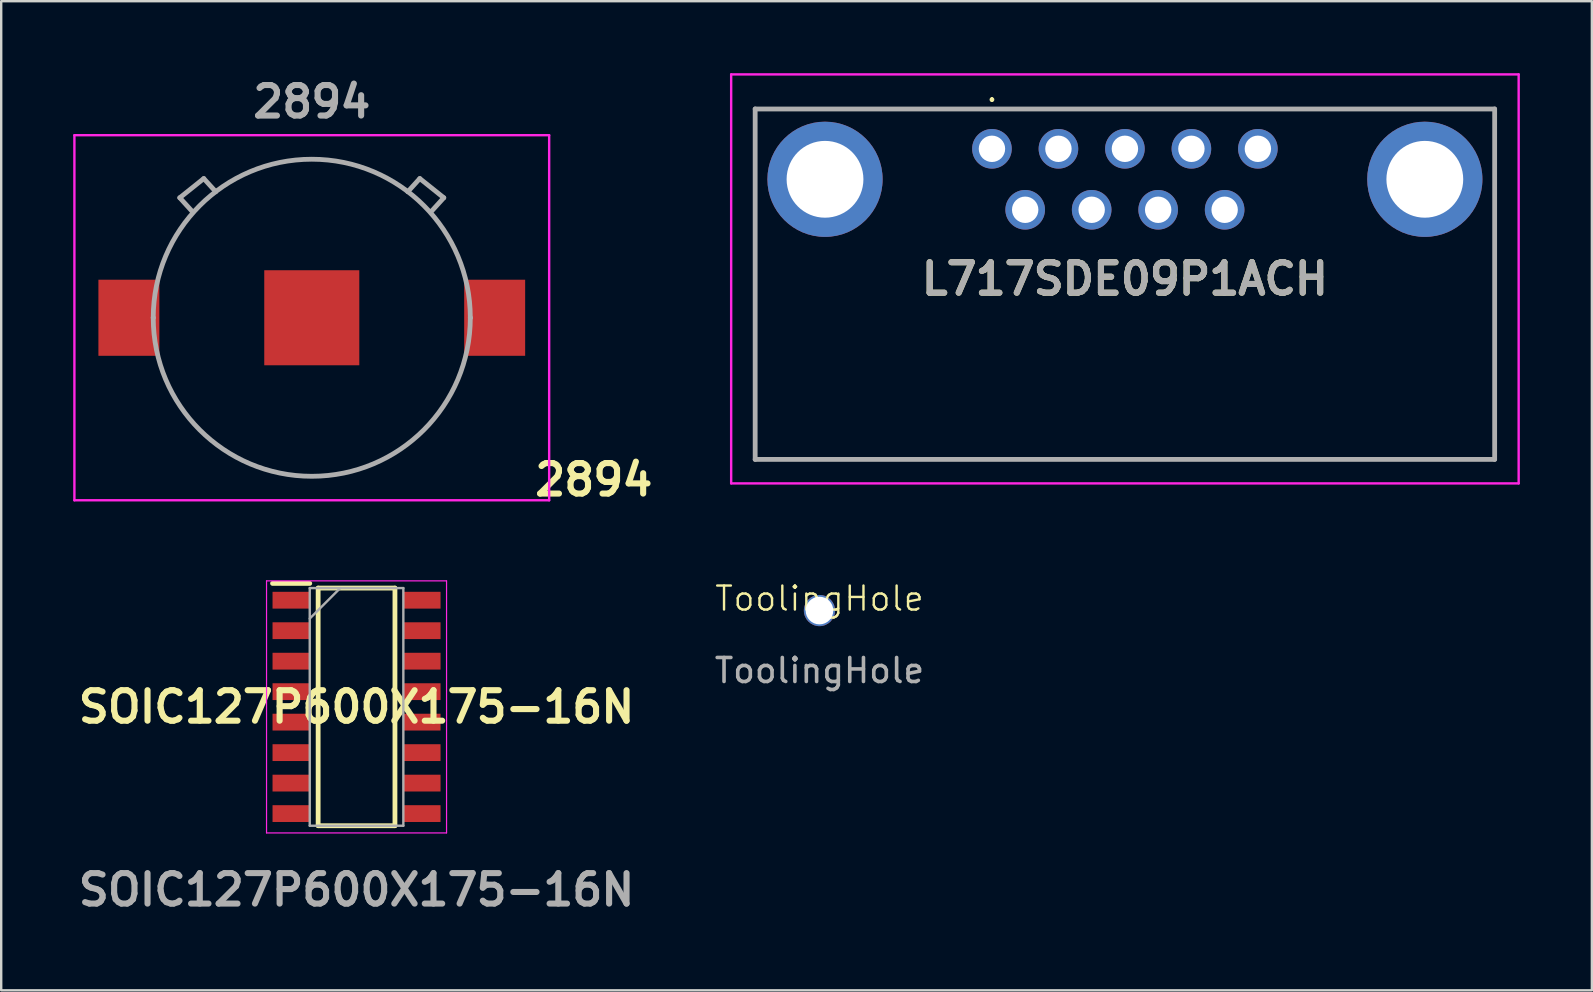
<source format=kicad_pcb>
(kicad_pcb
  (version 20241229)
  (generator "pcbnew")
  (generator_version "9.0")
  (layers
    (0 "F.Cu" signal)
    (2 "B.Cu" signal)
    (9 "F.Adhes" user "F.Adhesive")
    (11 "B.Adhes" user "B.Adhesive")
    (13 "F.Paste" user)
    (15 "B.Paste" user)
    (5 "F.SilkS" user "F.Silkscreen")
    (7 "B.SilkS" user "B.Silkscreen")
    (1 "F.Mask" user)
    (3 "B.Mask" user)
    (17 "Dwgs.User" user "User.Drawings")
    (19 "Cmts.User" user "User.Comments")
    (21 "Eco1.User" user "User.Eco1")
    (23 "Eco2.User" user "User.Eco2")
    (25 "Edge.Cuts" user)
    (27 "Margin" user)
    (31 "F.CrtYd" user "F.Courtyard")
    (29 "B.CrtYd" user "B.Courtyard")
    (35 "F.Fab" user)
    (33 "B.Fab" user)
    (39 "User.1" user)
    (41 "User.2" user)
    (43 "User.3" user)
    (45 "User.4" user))
  (footprint "SOIC127P600X175-16N"
    (layer "F.Cu")
    (at 11.805 26.402)
    (property "Reference" "SOIC127P600X175-16N" (at 0 0 0) (layer "F.SilkS") (effects (font (size 1.27 1.27) (thickness 0.254))))
    (attr smd)
    (fp_line (start -3.5 -5.145) (end -1.95 -5.145) (stroke (width 0.2) (type solid)) (layer "F.SilkS"))
    (fp_line (start -1.6 -4.95) (end 1.6 -4.95) (stroke (width 0.2) (type solid)) (layer "F.SilkS"))
    (fp_line (start -1.6 4.95) (end -1.6 -4.95) (stroke (width 0.2) (type solid)) (layer "F.SilkS"))
    (fp_line (start 1.6 -4.95) (end 1.6 4.95) (stroke (width 0.2) (type solid)) (layer "F.SilkS"))
    (fp_line (start 1.6 4.95) (end -1.6 4.95) (stroke (width 0.2) (type solid)) (layer "F.SilkS"))
    (fp_line (start -3.75 -5.25) (end 3.75 -5.25) (stroke (width 0.05) (type solid)) (layer "F.CrtYd"))
    (fp_line (start -3.75 5.25) (end -3.75 -5.25) (stroke (width 0.05) (type solid)) (layer "F.CrtYd"))
    (fp_line (start 3.75 -5.25) (end 3.75 5.25) (stroke (width 0.05) (type solid)) (layer "F.CrtYd"))
    (fp_line (start 3.75 5.25) (end -3.75 5.25) (stroke (width 0.05) (type solid)) (layer "F.CrtYd"))
    (fp_line (start -1.95 -4.95) (end 1.95 -4.95) (stroke (width 0.1) (type solid)) (layer "F.Fab"))
    (fp_line (start -1.95 -3.68) (end -0.68 -4.95) (stroke (width 0.1) (type solid)) (layer "F.Fab"))
    (fp_line (start -1.95 4.95) (end -1.95 -4.95) (stroke (width 0.1) (type solid)) (layer "F.Fab"))
    (fp_line (start 1.95 -4.95) (end 1.95 4.95) (stroke (width 0.1) (type solid)) (layer "F.Fab"))
    (fp_line (start 1.95 4.95) (end -1.95 4.95) (stroke (width 0.1) (type solid)) (layer "F.Fab"))
    (fp_text user "${REFERENCE}" (at 0 7.62 0) (layer "F.Fab") (effects (font (size 1.27 1.27) (thickness 0.254))))
    (pad "1" smd rect (at -2.725 -4.445 90) (size 0.7 1.55) (layers "F.Cu" "F.Mask" "F.Paste"))
    (pad "2" smd rect (at -2.725 -3.175 90) (size 0.7 1.55) (layers "F.Cu" "F.Mask" "F.Paste"))
    (pad "3" smd rect (at -2.725 -1.905 90) (size 0.7 1.55) (layers "F.Cu" "F.Mask" "F.Paste"))
    (pad "4" smd rect (at -2.725 -0.635 90) (size 0.7 1.55) (layers "F.Cu" "F.Mask" "F.Paste"))
    (pad "5" smd rect (at -2.725 0.635 90) (size 0.7 1.55) (layers "F.Cu" "F.Mask" "F.Paste"))
    (pad "6" smd rect (at -2.725 1.905 90) (size 0.7 1.55) (layers "F.Cu" "F.Mask" "F.Paste"))
    (pad "7" smd rect (at -2.725 3.175 90) (size 0.7 1.55) (layers "F.Cu" "F.Mask" "F.Paste"))
    (pad "8" smd rect (at -2.725 4.445 90) (size 0.7 1.55) (layers "F.Cu" "F.Mask" "F.Paste"))
    (pad "9" smd rect (at 2.725 4.445 90) (size 0.7 1.55) (layers "F.Cu" "F.Mask" "F.Paste"))
    (pad "10" smd rect (at 2.725 3.175 90) (size 0.7 1.55) (layers "F.Cu" "F.Mask" "F.Paste"))
    (pad "11" smd rect (at 2.725 1.905 90) (size 0.7 1.55) (layers "F.Cu" "F.Mask" "F.Paste"))
    (pad "12" smd rect (at 2.725 0.635 90) (size 0.7 1.55) (layers "F.Cu" "F.Mask" "F.Paste"))
    (pad "13" smd rect (at 2.725 -0.635 90) (size 0.7 1.55) (layers "F.Cu" "F.Mask" "F.Paste"))
    (pad "14" smd rect (at 2.725 -1.905 90) (size 0.7 1.55) (layers "F.Cu" "F.Mask" "F.Paste"))
    (pad "15" smd rect (at 2.725 -3.175 90) (size 0.7 1.55) (layers "F.Cu" "F.Mask" "F.Paste"))
    (pad "16" smd rect (at 2.725 -4.445 90) (size 0.7 1.55) (layers "F.Cu" "F.Mask" "F.Paste")))
  (footprint "ToolingHole"
    (layer "F.Cu")
    (at 31.092 22.388)
    (property "Reference" "ToolingHole" (at 0 -0.5 0) (unlocked yes) (layer "F.SilkS") (effects (font (size 1 1) (thickness 0.1))))
    (attr smd)
    (fp_text user "${REFERENCE}" (at 0 2.5 0) (unlocked yes) (layer "F.Fab") (effects (font (size 1 1) (thickness 0.15))))
    (pad "" np_thru_hole circle (at 0 0) (size 1.3 1.3) (drill 1.152) (layers "*.Cu" "*.Mask")))
  (footprint "L717SDE09P1ACH"
    (layer "F.Cu")
    (at 38.278 3.15)
    (property "Reference" "L717SDE09P1ACH" (at 5.54 5.42 0) (layer "F.SilkS") (effects (font (size 1.27 1.27) (thickness 0.254))))
    (attr through_hole)
    (fp_line (start -9.865 -1.66) (end 20.945 -1.66) (stroke (width 0.1) (type solid)) (layer "F.SilkS"))
    (fp_line (start -9.865 12.75) (end -9.865 -1.66) (stroke (width 0.1) (type solid)) (layer "F.SilkS"))
    (fp_line (start 0 -2.1) (end 0 -2.1) (stroke (width 0.1) (type solid)) (layer "F.SilkS"))
    (fp_line (start 0 -2) (end 0 -2) (stroke (width 0.1) (type solid)) (layer "F.SilkS"))
    (fp_line (start 20.945 -1.66) (end 20.945 12.75) (stroke (width 0.1) (type solid)) (layer "F.SilkS"))
    (fp_arc (start 0 -2.1) (mid 0.05 -2.05) (end 0 -2) (stroke (width 0.1) (type solid)) (layer "F.SilkS"))
    (fp_arc (start 0 -2) (mid -0.05 -2.05) (end 0 -2.1) (stroke (width 0.1) (type solid)) (layer "F.SilkS"))
    (fp_line (start -10.865 -3.1) (end 21.945 -3.1) (stroke (width 0.1) (type solid)) (layer "F.CrtYd"))
    (fp_line (start -10.865 13.94) (end -10.865 -3.1) (stroke (width 0.1) (type solid)) (layer "F.CrtYd"))
    (fp_line (start 21.945 -3.1) (end 21.945 13.94) (stroke (width 0.1) (type solid)) (layer "F.CrtYd"))
    (fp_line (start 21.945 13.94) (end -10.865 13.94) (stroke (width 0.1) (type solid)) (layer "F.CrtYd"))
    (fp_line (start -9.865 -1.66) (end 20.945 -1.66) (stroke (width 0.2) (type solid)) (layer "F.Fab"))
    (fp_line (start -9.865 12.94) (end -9.865 -1.66) (stroke (width 0.2) (type solid)) (layer "F.Fab"))
    (fp_line (start 20.945 -1.66) (end 20.945 12.94) (stroke (width 0.2) (type solid)) (layer "F.Fab"))
    (fp_line (start 20.945 12.94) (end -9.865 12.94) (stroke (width 0.2) (type solid)) (layer "F.Fab"))
    (fp_text user "${REFERENCE}" (at 5.54 5.42 0) (layer "F.Fab") (effects (font (size 1.27 1.27) (thickness 0.254))))
    (pad "1" thru_hole circle (at 0 0) (size 1.65 1.65) (drill 1.1) (layers "*.Cu" "*.Mask"))
    (pad "2" thru_hole circle (at 2.77 0) (size 1.65 1.65) (drill 1.1) (layers "*.Cu" "*.Mask"))
    (pad "3" thru_hole circle (at 5.54 0) (size 1.65 1.65) (drill 1.1) (layers "*.Cu" "*.Mask"))
    (pad "4" thru_hole circle (at 8.31 0) (size 1.65 1.65) (drill 1.1) (layers "*.Cu" "*.Mask"))
    (pad "5" thru_hole circle (at 11.08 0) (size 1.65 1.65) (drill 1.1) (layers "*.Cu" "*.Mask"))
    (pad "6" thru_hole circle (at 1.385 2.54) (size 1.65 1.65) (drill 1.1) (layers "*.Cu" "*.Mask"))
    (pad "7" thru_hole circle (at 4.155 2.54) (size 1.65 1.65) (drill 1.1) (layers "*.Cu" "*.Mask"))
    (pad "8" thru_hole circle (at 6.925 2.54) (size 1.65 1.65) (drill 1.1) (layers "*.Cu" "*.Mask"))
    (pad "9" thru_hole circle (at 9.695 2.54) (size 1.65 1.65) (drill 1.1) (layers "*.Cu" "*.Mask"))
    (pad "MH1" thru_hole circle (at -6.955 1.27) (size 4.8 4.8) (drill 3.2) (layers "*.Cu" "*.Mask"))
    (pad "MH2" thru_hole circle (at 18.035 1.27) (size 4.8 4.8) (drill 3.2) (layers "*.Cu" "*.Mask")))
  (footprint "2894"
    (layer "F.Cu")
    (at 9.94 10.189)
    (property "Reference" "2894" (at 11.75 6.75 0) (layer "F.SilkS") (effects (font (size 1.27 1.27) (thickness 0.254))))
    (attr smd)
    (fp_line (start -5.5 -5) (end -4.5 -5.8) (stroke (width 0.1) (type solid)) (layer "F.SilkS"))
    (fp_line (start -5 -4.45) (end -5.5 -5) (stroke (width 0.1) (type solid)) (layer "F.SilkS"))
    (fp_line (start -4.5 -5.8) (end -4 -5.25) (stroke (width 0.1) (type solid)) (layer "F.SilkS"))
    (fp_line (start 4 -5.25) (end 4.5 -5.8) (stroke (width 0.1) (type solid)) (layer "F.SilkS"))
    (fp_line (start 4.5 -5.8) (end 5.5 -5) (stroke (width 0.1) (type solid)) (layer "F.SilkS"))
    (fp_line (start 5.5 -5) (end 5 -4.45) (stroke (width 0.1) (type solid)) (layer "F.SilkS"))
    (fp_line (start -9.89 -7.605) (end 9.89 -7.605) (stroke (width 0.1) (type solid)) (layer "F.CrtYd"))
    (fp_line (start -9.89 7.605) (end -9.89 -7.605) (stroke (width 0.1) (type solid)) (layer "F.CrtYd"))
    (fp_line (start 9.89 -7.605) (end 9.89 7.605) (stroke (width 0.1) (type solid)) (layer "F.CrtYd"))
    (fp_line (start 9.89 7.605) (end -9.89 7.605) (stroke (width 0.1) (type solid)) (layer "F.CrtYd"))
    (fp_line (start -6.605 0) (end -6.605 0) (stroke (width 0.2) (type solid)) (layer "F.Fab"))
    (fp_line (start -5.5 -5) (end -4.5 -5.8) (stroke (width 0.2) (type solid)) (layer "F.Fab"))
    (fp_line (start -5 -4.45) (end -5.5 -5) (stroke (width 0.2) (type solid)) (layer "F.Fab"))
    (fp_line (start -4.5 -5.8) (end -4 -5.25) (stroke (width 0.2) (type solid)) (layer "F.Fab"))
    (fp_line (start 4.5 -5.8) (end 4 -5.25) (stroke (width 0.2) (type solid)) (layer "F.Fab"))
    (fp_line (start 5 -4.45) (end 5.5 -5) (stroke (width 0.2) (type solid)) (layer "F.Fab"))
    (fp_line (start 5.5 -5) (end 4.5 -5.8) (stroke (width 0.2) (type solid)) (layer "F.Fab"))
    (fp_line (start 6.605 0) (end 6.605 0) (stroke (width 0.2) (type solid)) (layer "F.Fab"))
    (fp_arc (start -6.605 0) (mid 0 -6.605) (end 6.605 0) (stroke (width 0.2) (type solid)) (layer "F.Fab"))
    (fp_arc (start 6.605 0) (mid 0 6.605) (end -6.605 0) (stroke (width 0.2) (type solid)) (layer "F.Fab"))
    (fp_text user "${REFERENCE}" (at 0 -9 0) (layer "F.Fab") (effects (font (size 1.27 1.27) (thickness 0.254))))
    (pad "1" smd rect (at -7.62 0) (size 2.54 3.17) (layers "F.Cu" "F.Mask" "F.Paste"))
    (pad "2" smd rect (at 7.62 0) (size 2.54 3.17) (layers "F.Cu" "F.Mask" "F.Paste"))
    (pad "MP1" smd rect (at 0 0) (size 3.96 3.96) (layers "F.Cu" "F.Mask" "F.Paste")))
  (gr_rect
    (start -3 -3)
    (end 63.273 38.211)
    (stroke (width 0.1) (type default))
    (fill no)
    (layer "Edge.Cuts")))
</source>
